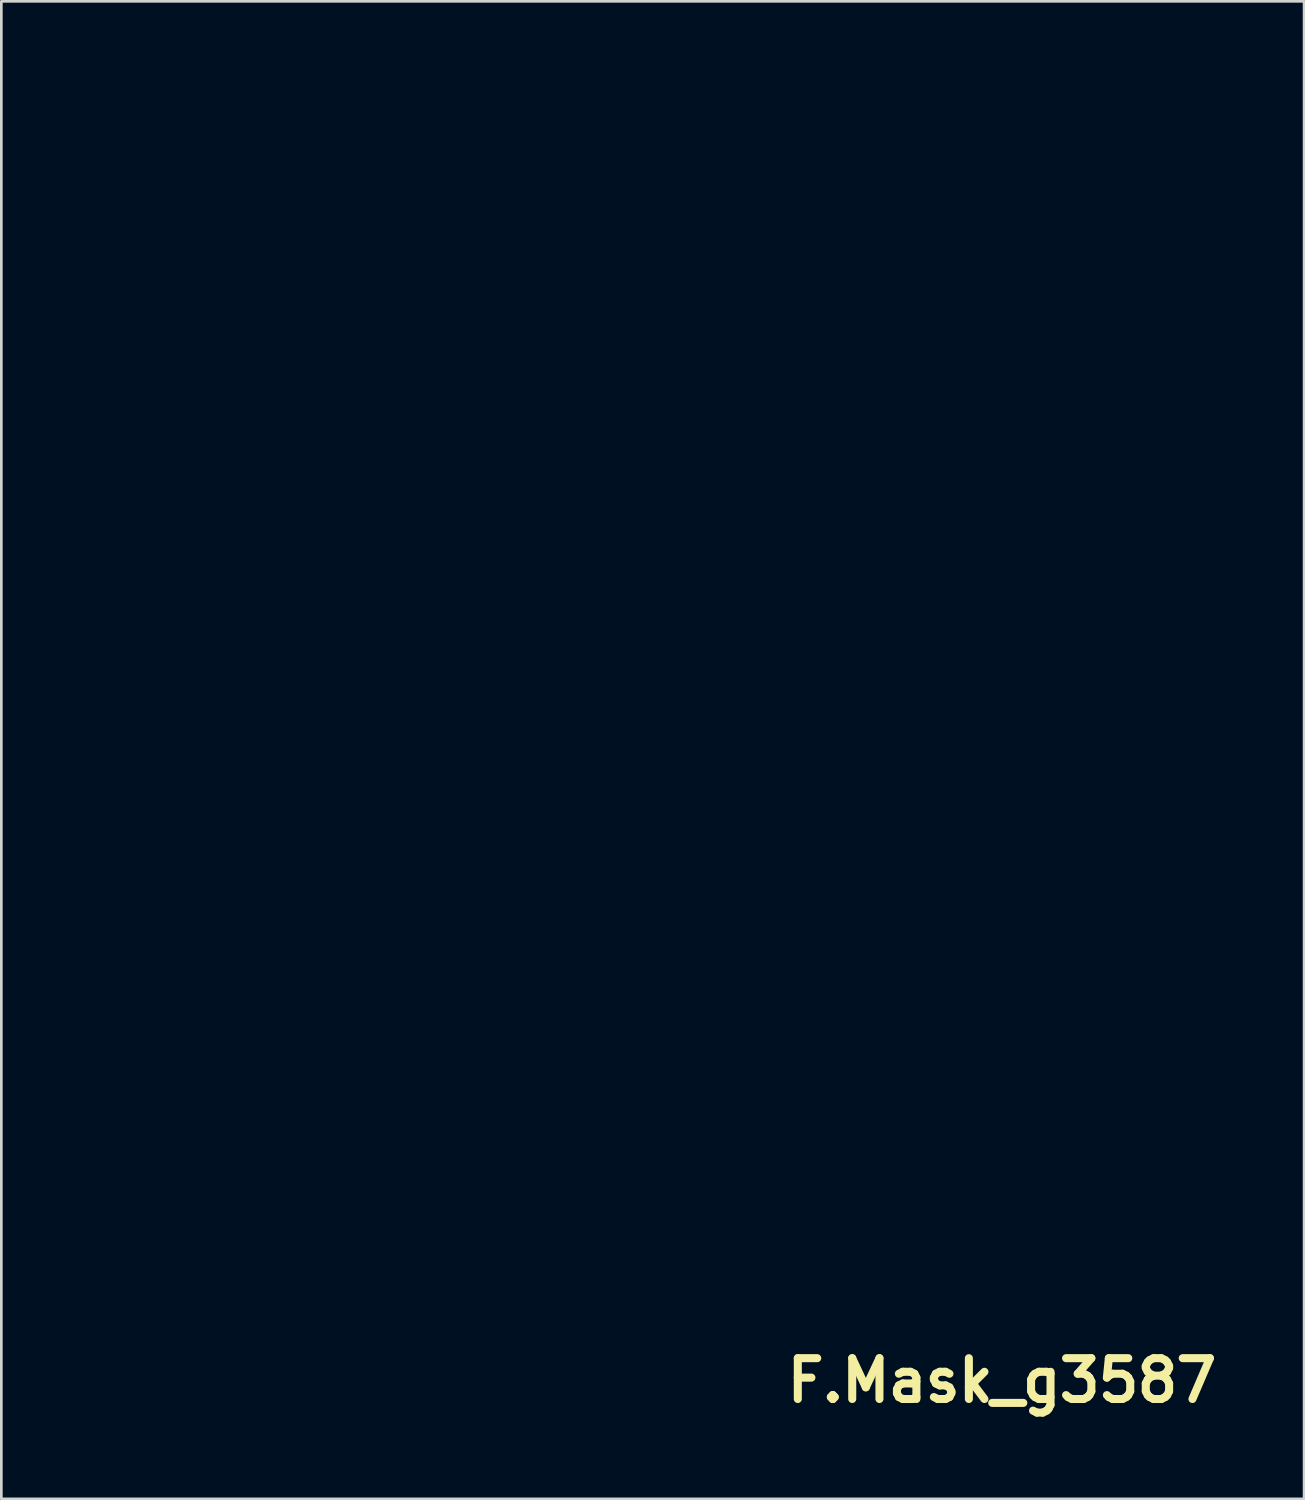
<source format=kicad_pcb>
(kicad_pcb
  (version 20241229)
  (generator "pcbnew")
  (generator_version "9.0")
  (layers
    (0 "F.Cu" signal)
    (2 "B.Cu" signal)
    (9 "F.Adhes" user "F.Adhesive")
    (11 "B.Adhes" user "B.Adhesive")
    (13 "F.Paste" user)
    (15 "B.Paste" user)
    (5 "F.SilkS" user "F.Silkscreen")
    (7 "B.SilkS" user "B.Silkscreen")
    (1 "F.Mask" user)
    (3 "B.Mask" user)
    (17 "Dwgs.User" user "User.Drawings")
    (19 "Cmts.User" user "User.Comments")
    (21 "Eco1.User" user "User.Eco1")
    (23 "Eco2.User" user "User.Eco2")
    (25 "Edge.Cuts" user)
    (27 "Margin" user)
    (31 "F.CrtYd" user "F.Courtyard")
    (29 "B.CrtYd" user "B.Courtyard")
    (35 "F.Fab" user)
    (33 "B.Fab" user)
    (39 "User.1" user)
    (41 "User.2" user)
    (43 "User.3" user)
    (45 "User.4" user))
  (footprint "F.Mask_g3587"
    (layer "F.Cu")
    (at 34.353 48.487)
    (property "Reference" "F.Mask_g3587" (at 0 0 0) (layer "F.SilkS") (effects (font (size 1.524 1.524) (thickness 0.3))))
    (attr through_hole)
    (fp_poly (pts (xy -25.165 -48.48) (xy -25.093 -48.473) (xy -25.033 -48.458) (xy -24.966 -48.43) (xy -24.933 -48.414) (xy -24.774 -48.313) (xy -24.639 -48.18) (xy -24.531 -48.019) (xy -24.454 -47.833) (xy -24.44 -47.784) (xy -24.413 -47.694) (xy -24.385 -47.639) (xy -24.347 -47.615) (xy -24.29 -47.616) (xy -24.208 -47.635) (xy -24.025 -47.666) (xy -23.838 -47.663) (xy -23.66 -47.627) (xy -23.549 -47.583) (xy -23.434 -47.514) (xy -23.306 -47.411) (xy -23.169 -47.279) (xy -23.027 -47.123) (xy -22.886 -46.947) (xy -22.749 -46.758) (xy -22.703 -46.688) (xy -22.601 -46.518) (xy -22.516 -46.349) (xy -22.453 -46.189) (xy -22.412 -46.044) (xy -22.397 -45.921) (xy -22.399 -45.873) (xy -22.4 -45.824) (xy -22.382 -45.801) (xy -22.353 -45.793) (xy -22.229 -45.764) (xy -22.101 -45.726) (xy -21.983 -45.684) (xy -21.889 -45.642) (xy -21.872 -45.633) (xy -21.723 -45.524) (xy -21.591 -45.378) (xy -21.48 -45.198) (xy -21.39 -44.988) (xy -21.347 -44.846) (xy -21.32 -44.729) (xy -21.293 -44.582) (xy -21.266 -44.413) (xy -21.241 -44.234) (xy -21.219 -44.056) (xy -21.202 -43.889) (xy -21.191 -43.744) (xy -21.188 -43.656) (xy -21.168 -43.646) (xy -21.113 -43.638) (xy -21.032 -43.634) (xy -21.003 -43.634) (xy -20.781 -43.613) (xy -20.578 -43.555) (xy -20.394 -43.46) (xy -20.231 -43.33) (xy -20.09 -43.164) (xy -19.97 -42.963) (xy -19.872 -42.73) (xy -19.797 -42.463) (xy -19.757 -42.246) (xy -19.74 -42.109) (xy -19.732 -41.979) (xy -19.731 -41.839) (xy -19.736 -41.708) (xy -19.741 -41.559) (xy -19.74 -41.447) (xy -19.732 -41.371) (xy -19.725 -41.34) (xy -19.7 -41.269) (xy -19.507 -41.282) (xy -19.409 -41.287) (xy -19.339 -41.286) (xy -19.281 -41.276) (xy -19.223 -41.257) (xy -19.196 -41.247) (xy -19.007 -41.147) (xy -18.833 -41.011) (xy -18.679 -40.846) (xy -18.553 -40.657) (xy -18.542 -40.636) (xy -18.454 -40.441) (xy -18.38 -40.214) (xy -18.32 -39.966) (xy -18.278 -39.706) (xy -18.253 -39.444) (xy -18.247 -39.188) (xy -18.263 -38.949) (xy -18.276 -38.851) (xy -18.288 -38.771) (xy -18.296 -38.708) (xy -18.298 -38.673) (xy -18.297 -38.67) (xy -18.274 -38.66) (xy -18.221 -38.647) (xy -18.148 -38.632) (xy -18.139 -38.631) (xy -17.939 -38.574) (xy -17.753 -38.479) (xy -17.584 -38.351) (xy -17.437 -38.192) (xy -17.315 -38.006) (xy -17.22 -37.796) (xy -17.186 -37.686) (xy -17.15 -37.52) (xy -17.135 -37.352) (xy -17.142 -37.174) (xy -17.172 -36.978) (xy -17.223 -36.757) (xy -17.242 -36.69) (xy -17.242 -36.663) (xy -17.224 -36.632) (xy -17.182 -36.591) (xy -17.11 -36.533) (xy -17.108 -36.531) (xy -16.951 -36.395) (xy -16.826 -36.257) (xy -16.728 -36.106) (xy -16.648 -35.932) (xy -16.63 -35.884) (xy -16.565 -35.647) (xy -16.539 -35.405) (xy -16.552 -35.155) (xy -16.601 -34.907) (xy -16.647 -34.73) (xy -16.562 -34.664) (xy -16.319 -34.449) (xy -16.114 -34.217) (xy -15.946 -33.966) (xy -15.813 -33.693) (xy -15.715 -33.397) (xy -15.652 -33.078) (xy -15.638 -32.965) (xy -15.627 -32.673) (xy -15.65 -32.369) (xy -15.708 -32.06) (xy -15.715 -32.029) (xy -15.77 -31.814) (xy -15.652 -31.516) (xy -15.543 -31.214) (xy -15.466 -30.934) (xy -15.419 -30.671) (xy -15.403 -30.419) (xy -15.412 -30.205) (xy -15.43 -30.006) (xy -15.441 -29.84) (xy -15.446 -29.695) (xy -15.442 -29.562) (xy -15.431 -29.43) (xy -15.41 -29.289) (xy -15.38 -29.13) (xy -15.34 -28.943) (xy -15.331 -28.903) (xy -15.284 -28.662) (xy -15.258 -28.452) (xy -15.254 -28.267) (xy -15.271 -28.102) (xy -15.31 -27.951) (xy -15.371 -27.809) (xy -15.382 -27.788) (xy -15.435 -27.689) (xy -15.307 -27.537) (xy -15.15 -27.322) (xy -15.035 -27.099) (xy -14.959 -26.863) (xy -14.921 -26.611) (xy -14.916 -26.49) (xy -14.933 -26.242) (xy -14.987 -26.009) (xy -15.079 -25.785) (xy -15.212 -25.569) (xy -15.315 -25.436) (xy -15.384 -25.35) (xy -15.424 -25.29) (xy -15.437 -25.255) (xy -15.434 -25.245) (xy -15.38 -25.168) (xy -15.32 -25.06) (xy -15.257 -24.932) (xy -15.197 -24.793) (xy -15.142 -24.652) (xy -15.099 -24.521) (xy -15.088 -24.482) (xy -15.056 -24.312) (xy -15.041 -24.123) (xy -15.043 -23.931) (xy -15.063 -23.751) (xy -15.088 -23.637) (xy -15.183 -23.379) (xy -15.318 -23.129) (xy -15.494 -22.888) (xy -15.616 -22.751) (xy -15.773 -22.587) (xy -15.73 -22.473) (xy -15.673 -22.28) (xy -15.635 -22.07) (xy -15.621 -21.862) (xy -15.621 -21.85) (xy -15.637 -21.612) (xy -15.686 -21.393) (xy -15.77 -21.187) (xy -15.892 -20.988) (xy -16.053 -20.792) (xy -16.058 -20.786) (xy -16.107 -20.734) (xy -16.14 -20.694) (xy -16.158 -20.658) (xy -16.164 -20.616) (xy -16.159 -20.559) (xy -16.143 -20.479) (xy -16.118 -20.366) (xy -16.117 -20.362) (xy -16.088 -20.164) (xy -16.08 -19.94) (xy -16.092 -19.704) (xy -16.123 -19.467) (xy -16.174 -19.24) (xy -16.188 -19.19) (xy -16.207 -19.124) (xy -16.214 -19.077) (xy -16.21 -19.031) (xy -16.194 -18.971) (xy -16.176 -18.917) (xy -16.136 -18.755) (xy -16.114 -18.574) (xy -16.113 -18.392) (xy -16.128 -18.255) (xy -16.148 -18.154) (xy -16.174 -18.053) (xy -16.21 -17.946) (xy -16.256 -17.826) (xy -16.316 -17.687) (xy -16.391 -17.524) (xy -16.484 -17.331) (xy -16.498 -17.304) (xy -16.569 -17.159) (xy -16.639 -17.017) (xy -16.704 -16.884) (xy -16.76 -16.768) (xy -16.805 -16.678) (xy -16.824 -16.637) (xy -16.876 -16.539) (xy -16.937 -16.438) (xy -16.994 -16.353) (xy -17.007 -16.336) (xy -17.061 -16.274) (xy -17.126 -16.208) (xy -17.194 -16.144) (xy -17.257 -16.091) (xy -17.308 -16.055) (xy -17.334 -16.044) (xy -17.34 -16.065) (xy -17.345 -16.121) (xy -17.351 -16.208) (xy -17.357 -16.32) (xy -17.362 -16.451) (xy -17.365 -16.536) (xy -17.369 -16.684) (xy -17.375 -16.823) (xy -17.381 -16.946) (xy -17.386 -17.046) (xy -17.392 -17.115) (xy -17.394 -17.134) (xy -17.41 -17.24) (xy -17.46 -17.05) (xy -17.507 -16.884) (xy -17.565 -16.693) (xy -17.63 -16.491) (xy -17.697 -16.29) (xy -17.763 -16.105) (xy -17.823 -15.949) (xy -18.021 -15.477) (xy -18.223 -15.047) (xy -18.429 -14.658) (xy -18.639 -14.31) (xy -18.854 -14.002) (xy -19.074 -13.734) (xy -19.13 -13.672) (xy -19.274 -13.519) (xy -19.333 -13.653) (xy -19.372 -13.755) (xy -19.403 -13.86) (xy -19.426 -13.976) (xy -19.443 -14.111) (xy -19.455 -14.274) (xy -19.463 -14.436) (xy -19.468 -14.561) (xy -19.477 -14.717) (xy -19.489 -14.895) (xy -19.502 -15.083) (xy -19.516 -15.271) (xy -19.527 -15.409) (xy -19.554 -15.738) (xy -19.578 -16.046) (xy -19.598 -16.331) (xy -19.614 -16.591) (xy -19.628 -16.824) (xy -19.637 -17.026) (xy -19.642 -17.197) (xy -19.644 -17.334) (xy -19.641 -17.434) (xy -19.634 -17.495) (xy -19.629 -17.511) (xy -19.619 -17.521) (xy -19.598 -17.522) (xy -19.564 -17.513) (xy -19.51 -17.492) (xy -19.432 -17.457) (xy -19.324 -17.406) (xy -19.219 -17.354) (xy -19.096 -17.294) (xy -18.982 -17.239) (xy -18.884 -17.192) (xy -18.808 -17.156) (xy -18.762 -17.135) (xy -18.758 -17.133) (xy -18.688 -17.104) (xy -18.737 -17.172) (xy -18.767 -17.209) (xy -18.822 -17.268) (xy -18.896 -17.345) (xy -18.983 -17.433) (xy -19.067 -17.515) (xy -19.195 -17.641) (xy -19.294 -17.745) (xy -19.37 -17.831) (xy -19.427 -17.905) (xy -19.468 -17.971) (xy -19.498 -18.036) (xy -19.507 -18.06) (xy -19.531 -18.169) (xy -19.538 -18.301) (xy -19.528 -18.441) (xy -19.501 -18.573) (xy -19.498 -18.584) (xy -19.473 -18.671) (xy -19.453 -18.754) (xy -19.442 -18.807) (xy -19.414 -18.906) (xy -19.373 -18.974) (xy -19.322 -19.006) (xy -19.305 -19.007) (xy -19.27 -19.005) (xy -19.198 -19) (xy -19.098 -18.991) (xy -18.974 -18.98) (xy -18.834 -18.966) (xy -18.711 -18.955) (xy -18.492 -18.934) (xy -18.304 -18.919) (xy -18.151 -18.909) (xy -18.032 -18.903) (xy -17.951 -18.904) (xy -17.908 -18.909) (xy -17.905 -18.92) (xy -17.908 -18.923) (xy -17.938 -18.936) (xy -18 -18.962) (xy -18.089 -18.997) (xy -18.197 -19.04) (xy -18.318 -19.087) (xy -18.332 -19.092) (xy -18.559 -19.182) (xy -18.765 -19.269) (xy -18.947 -19.351) (xy -19.1 -19.426) (xy -19.218 -19.491) (xy -19.238 -19.504) (xy -19.331 -19.562) (xy -19.318 -19.735) (xy -19.31 -19.817) (xy -19.295 -19.93) (xy -19.277 -20.059) (xy -19.256 -20.193) (xy -19.246 -20.251) (xy -19.188 -20.595) (xy -19.061 -20.595) (xy -18.89 -20.589) (xy -18.692 -20.574) (xy -18.481 -20.551) (xy -18.268 -20.522) (xy -18.068 -20.488) (xy -17.893 -20.451) (xy -17.844 -20.439) (xy -17.78 -20.423) (xy -17.735 -20.414) (xy -17.722 -20.413) (xy -17.739 -20.423) (xy -17.79 -20.449) (xy -17.871 -20.49) (xy -17.976 -20.542) (xy -18.103 -20.603) (xy -18.246 -20.673) (xy -18.368 -20.732) (xy -18.523 -20.807) (xy -18.667 -20.879) (xy -18.796 -20.944) (xy -18.904 -21) (xy -18.986 -21.044) (xy -19.038 -21.075) (xy -19.055 -21.087) (xy -19.084 -21.134) (xy -19.111 -21.199) (xy -19.116 -21.216) (xy -19.126 -21.273) (xy -19.127 -21.335) (xy -19.118 -21.413) (xy -19.096 -21.512) (xy -19.062 -21.64) (xy -19.048 -21.69) (xy -18.997 -21.865) (xy -18.489 -21.866) (xy -18.251 -21.867) (xy -18.013 -21.871) (xy -17.78 -21.878) (xy -17.557 -21.886) (xy -17.349 -21.896) (xy -17.16 -21.907) (xy -16.994 -21.919) (xy -16.856 -21.933) (xy -16.751 -21.947) (xy -16.684 -21.962) (xy -16.68 -21.963) (xy -16.693 -21.973) (xy -16.741 -22) (xy -16.821 -22.042) (xy -16.929 -22.096) (xy -17.062 -22.162) (xy -17.217 -22.238) (xy -17.39 -22.322) (xy -17.579 -22.412) (xy -17.718 -22.478) (xy -17.917 -22.573) (xy -18.105 -22.663) (xy -18.279 -22.746) (xy -18.434 -22.821) (xy -18.568 -22.886) (xy -18.677 -22.939) (xy -18.756 -22.979) (xy -18.803 -23.003) (xy -18.815 -23.01) (xy -18.827 -23.029) (xy -18.834 -23.065) (xy -18.837 -23.125) (xy -18.836 -23.214) (xy -18.832 -23.324) (xy -18.817 -23.532) (xy -18.791 -23.704) (xy -18.754 -23.846) (xy -18.716 -23.939) (xy -18.68 -24.014) (xy -17.695 -24.187) (xy -17.495 -24.222) (xy -17.306 -24.255) (xy -17.133 -24.285) (xy -16.98 -24.311) (xy -16.852 -24.333) (xy -16.752 -24.349) (xy -16.686 -24.36) (xy -16.658 -24.363) (xy -16.641 -24.368) (xy -16.665 -24.381) (xy -16.711 -24.394) (xy -16.813 -24.424) (xy -16.947 -24.466) (xy -17.106 -24.519) (xy -17.283 -24.579) (xy -17.471 -24.644) (xy -17.663 -24.712) (xy -17.851 -24.78) (xy -18.029 -24.845) (xy -18.189 -24.906) (xy -18.324 -24.959) (xy -18.374 -24.979) (xy -18.587 -25.068) (xy -18.575 -25.176) (xy -18.569 -25.248) (xy -18.561 -25.345) (xy -18.553 -25.448) (xy -18.551 -25.474) (xy -18.537 -25.62) (xy -18.514 -25.783) (xy -18.486 -25.949) (xy -18.454 -26.103) (xy -18.421 -26.23) (xy -18.419 -26.235) (xy -18.381 -26.361) (xy -17.97 -26.431) (xy -17.669 -26.486) (xy -17.405 -26.542) (xy -17.173 -26.602) (xy -16.967 -26.666) (xy -16.782 -26.737) (xy -16.612 -26.816) (xy -16.505 -26.874) (xy -16.424 -26.919) (xy -16.352 -26.957) (xy -16.299 -26.983) (xy -16.288 -26.987) (xy -16.257 -27) (xy -16.239 -27.013) (xy -16.237 -27.025) (xy -16.252 -27.038) (xy -16.289 -27.052) (xy -16.348 -27.068) (xy -16.435 -27.087) (xy -16.55 -27.109) (xy -16.697 -27.136) (xy -16.879 -27.167) (xy -17.098 -27.203) (xy -17.256 -27.229) (xy -17.459 -27.262) (xy -17.65 -27.294) (xy -17.824 -27.323) (xy -17.977 -27.348) (xy -18.105 -27.37) (xy -18.205 -27.387) (xy -18.271 -27.399) (xy -18.3 -27.404) (xy -18.301 -27.405) (xy -18.313 -27.428) (xy -18.327 -27.487) (xy -18.344 -27.575) (xy -18.362 -27.684) (xy -18.379 -27.808) (xy -18.396 -27.94) (xy -18.41 -28.074) (xy -18.422 -28.202) (xy -18.43 -28.318) (xy -18.431 -28.337) (xy -18.442 -28.596) (xy -18.328 -28.646) (xy -18.272 -28.669) (xy -18.186 -28.705) (xy -18.076 -28.748) (xy -17.952 -28.797) (xy -17.821 -28.847) (xy -17.814 -28.85) (xy -17.679 -28.903) (xy -17.546 -28.955) (xy -17.424 -29.004) (xy -17.323 -29.046) (xy -17.253 -29.076) (xy -17.092 -29.148) (xy -17.23 -29.136) (xy -17.298 -29.128) (xy -17.398 -29.116) (xy -17.518 -29.101) (xy -17.648 -29.083) (xy -17.727 -29.071) (xy -17.907 -29.047) (xy -18.07 -29.026) (xy -18.213 -29.01) (xy -18.331 -28.999) (xy -18.42 -28.994) (xy -18.474 -28.995) (xy -18.49 -29) (xy -18.509 -29.047) (xy -18.529 -29.13) (xy -18.55 -29.24) (xy -18.571 -29.371) (xy -18.589 -29.515) (xy -18.596 -29.58) (xy -18.61 -29.705) (xy -18.626 -29.827) (xy -18.643 -29.935) (xy -18.658 -30.016) (xy -18.662 -30.033) (xy -18.681 -30.157) (xy -18.668 -30.259) (xy -18.623 -30.348) (xy -18.576 -30.401) (xy -18.539 -30.43) (xy -18.471 -30.476) (xy -18.378 -30.537) (xy -18.265 -30.607) (xy -18.138 -30.684) (xy -18.018 -30.755) (xy -17.888 -30.831) (xy -17.773 -30.899) (xy -17.675 -30.958) (xy -17.599 -31.004) (xy -17.551 -31.034) (xy -17.535 -31.046) (xy -17.535 -31.046) (xy -17.556 -31.041) (xy -17.61 -31.024) (xy -17.692 -30.998) (xy -17.796 -30.963) (xy -17.916 -30.922) (xy -17.935 -30.915) (xy -18.08 -30.866) (xy -18.222 -30.821) (xy -18.355 -30.782) (xy -18.472 -30.751) (xy -18.569 -30.728) (xy -18.639 -30.715) (xy -18.676 -30.715) (xy -18.68 -30.716) (xy -18.691 -30.742) (xy -18.709 -30.799) (xy -18.732 -30.878) (xy -18.757 -30.968) (xy -18.78 -31.059) (xy -18.801 -31.143) (xy -18.814 -31.209) (xy -18.815 -31.213) (xy -18.825 -31.275) (xy -18.838 -31.37) (xy -18.853 -31.487) (xy -18.868 -31.617) (xy -18.881 -31.723) (xy -18.895 -31.851) (xy -18.909 -31.967) (xy -18.921 -32.064) (xy -18.93 -32.135) (xy -18.935 -32.168) (xy -18.936 -32.188) (xy -18.93 -32.21) (xy -18.912 -32.238) (xy -18.881 -32.277) (xy -18.831 -32.329) (xy -18.761 -32.398) (xy -18.666 -32.488) (xy -18.543 -32.603) (xy -18.542 -32.604) (xy -18.434 -32.706) (xy -18.338 -32.798) (xy -18.257 -32.876) (xy -18.196 -32.937) (xy -18.158 -32.977) (xy -18.147 -32.991) (xy -18.169 -32.988) (xy -18.222 -32.97) (xy -18.299 -32.941) (xy -18.39 -32.904) (xy -18.49 -32.862) (xy -18.589 -32.818) (xy -18.636 -32.797) (xy -18.739 -32.759) (xy -18.84 -32.739) (xy -18.931 -32.738) (xy -19.004 -32.755) (xy -19.049 -32.79) (xy -19.06 -32.814) (xy -19.065 -32.846) (xy -19.076 -32.915) (xy -19.091 -33.014) (xy -19.108 -33.138) (xy -19.129 -33.281) (xy -19.151 -33.437) (xy -19.156 -33.475) (xy -19.178 -33.634) (xy -19.199 -33.782) (xy -19.218 -33.912) (xy -19.234 -34.02) (xy -19.245 -34.098) (xy -19.252 -34.142) (xy -19.253 -34.147) (xy -19.254 -34.168) (xy -19.247 -34.193) (xy -19.228 -34.226) (xy -19.193 -34.271) (xy -19.14 -34.333) (xy -19.066 -34.415) (xy -18.966 -34.522) (xy -18.931 -34.559) (xy -18.831 -34.666) (xy -18.738 -34.765) (xy -18.655 -34.854) (xy -18.589 -34.925) (xy -18.544 -34.973) (xy -18.533 -34.985) (xy -18.514 -35.007) (xy -18.51 -35.019) (xy -18.523 -35.019) (xy -18.557 -35.007) (xy -18.617 -34.98) (xy -18.706 -34.937) (xy -18.827 -34.877) (xy -18.874 -34.854) (xy -19.281 -34.651) (xy -19.322 -34.708) (xy -19.355 -34.762) (xy -19.386 -34.826) (xy -19.418 -34.909) (xy -19.452 -35.017) (xy -19.493 -35.158) (xy -19.506 -35.209) (xy -19.539 -35.321) (xy -19.573 -35.426) (xy -19.605 -35.515) (xy -19.631 -35.574) (xy -19.633 -35.579) (xy -19.664 -35.645) (xy -19.683 -35.706) (xy -19.685 -35.727) (xy -19.696 -35.782) (xy -19.723 -35.844) (xy -19.729 -35.854) (xy -19.754 -35.906) (xy -19.762 -35.948) (xy -19.761 -35.954) (xy -19.767 -35.98) (xy -19.781 -35.983) (xy -19.806 -36.001) (xy -19.812 -36.025) (xy -19.82 -36.066) (xy -19.842 -36.13) (xy -19.866 -36.189) (xy -19.898 -36.273) (xy -19.922 -36.358) (xy -19.931 -36.407) (xy -19.933 -36.44) (xy -19.932 -36.469) (xy -19.922 -36.5) (xy -19.902 -36.538) (xy -19.868 -36.589) (xy -19.817 -36.657) (xy -19.745 -36.75) (xy -19.674 -36.841) (xy -19.505 -37.059) (xy -19.363 -37.253) (xy -19.244 -37.426) (xy -19.146 -37.583) (xy -19.123 -37.622) (xy -19.063 -37.727) (xy -19.163 -37.654) (xy -19.219 -37.614) (xy -19.298 -37.555) (xy -19.39 -37.485) (xy -19.487 -37.412) (xy -19.501 -37.401) (xy -19.638 -37.296) (xy -19.748 -37.215) (xy -19.835 -37.151) (xy -19.905 -37.103) (xy -19.964 -37.066) (xy -20.016 -37.036) (xy -20.055 -37.015) (xy -20.125 -36.98) (xy -20.178 -36.958) (xy -20.219 -36.952) (xy -20.257 -36.965) (xy -20.299 -37.001) (xy -20.35 -37.062) (xy -20.419 -37.151) (xy -20.449 -37.191) (xy -20.522 -37.285) (xy -20.592 -37.37) (xy -20.651 -37.438) (xy -20.695 -37.483) (xy -20.706 -37.493) (xy -20.756 -37.541) (xy -20.809 -37.61) (xy -20.858 -37.689) (xy -20.898 -37.767) (xy -20.923 -37.834) (xy -20.926 -37.875) (xy -20.91 -37.91) (xy -20.874 -37.971) (xy -20.823 -38.054) (xy -20.761 -38.15) (xy -20.715 -38.219) (xy -20.627 -38.351) (xy -20.561 -38.451) (xy -20.516 -38.523) (xy -20.488 -38.571) (xy -20.475 -38.598) (xy -20.477 -38.608) (xy -20.478 -38.608) (xy -20.496 -38.594) (xy -20.539 -38.554) (xy -20.601 -38.494) (xy -20.678 -38.417) (xy -20.759 -38.337) (xy -20.853 -38.245) (xy -20.94 -38.164) (xy -21.015 -38.098) (xy -21.072 -38.054) (xy -21.1 -38.037) (xy -21.134 -38.025) (xy -21.165 -38.022) (xy -21.203 -38.03) (xy -21.257 -38.052) (xy -21.335 -38.089) (xy -21.375 -38.109) (xy -21.534 -38.194) (xy -21.678 -38.283) (xy -21.8 -38.371) (xy -21.891 -38.452) (xy -21.892 -38.454) (xy -21.95 -38.515) (xy -21.868 -38.726) (xy -21.837 -38.8) (xy -21.79 -38.905) (xy -21.73 -39.033) (xy -21.661 -39.178) (xy -21.587 -39.333) (xy -21.509 -39.49) (xy -21.495 -39.519) (xy -21.424 -39.662) (xy -21.361 -39.79) (xy -21.307 -39.901) (xy -21.265 -39.988) (xy -21.237 -40.049) (xy -21.225 -40.078) (xy -21.226 -40.079) (xy -21.243 -40.058) (xy -21.282 -40.006) (xy -21.34 -39.928) (xy -21.415 -39.828) (xy -21.504 -39.708) (xy -21.604 -39.573) (xy -21.712 -39.428) (xy -21.739 -39.391) (xy -21.847 -39.244) (xy -21.948 -39.107) (xy -22.039 -38.985) (xy -22.116 -38.881) (xy -22.176 -38.799) (xy -22.218 -38.743) (xy -22.238 -38.716) (xy -22.24 -38.714) (xy -22.265 -38.715) (xy -22.313 -38.738) (xy -22.375 -38.776) (xy -22.442 -38.825) (xy -22.504 -38.879) (xy -22.533 -38.907) (xy -22.63 -39.034) (xy -22.705 -39.181) (xy -22.76 -39.359) (xy -22.768 -39.391) (xy -22.784 -39.484) (xy -22.789 -39.575) (xy -22.782 -39.673) (xy -22.762 -39.787) (xy -22.728 -39.925) (xy -22.69 -40.058) (xy -22.672 -40.121) (xy -21.209 -40.121) (xy -21.198 -40.111) (xy -21.188 -40.121) (xy -21.198 -40.132) (xy -21.209 -40.121) (xy -22.672 -40.121) (xy -22.664 -40.148) (xy -22.644 -40.223) (xy -22.631 -40.274) (xy -22.628 -40.29) (xy -22.637 -40.284) (xy -22.662 -40.249) (xy -22.696 -40.196) (xy -22.746 -40.124) (xy -22.803 -40.059) (xy -22.859 -40.007) (xy -22.907 -39.976) (xy -22.94 -39.972) (xy -22.944 -39.975) (xy -22.954 -40.001) (xy -22.971 -40.063) (xy -22.993 -40.156) (xy -23.02 -40.272) (xy -23.033 -40.333) (xy -22.627 -40.333) (xy -22.617 -40.322) (xy -22.606 -40.333) (xy -22.617 -40.344) (xy -22.627 -40.333) (xy -23.033 -40.333) (xy -23.047 -40.397) (xy -22.606 -40.397) (xy -22.595 -40.386) (xy -22.585 -40.397) (xy -22.595 -40.407) (xy -22.606 -40.397) (xy -23.047 -40.397) (xy -23.049 -40.407) (xy -23.08 -40.554) (xy -23.112 -40.708) (xy -23.143 -40.862) (xy -23.172 -41.012) (xy -23.197 -41.151) (xy -23.211 -41.229) (xy -23.23 -41.346) (xy -23.246 -41.449) (xy -23.259 -41.542) (xy -23.267 -41.631) (xy -23.272 -41.72) (xy -23.273 -41.815) (xy -23.27 -41.92) (xy -23.263 -42.041) (xy -23.251 -42.182) (xy -23.235 -42.348) (xy -23.215 -42.544) (xy -23.19 -42.776) (xy -23.179 -42.874) (xy -23.158 -43.075) (xy -23.137 -43.265) (xy -23.119 -43.439) (xy -23.103 -43.592) (xy -23.09 -43.72) (xy -23.08 -43.819) (xy -23.074 -43.884) (xy -23.073 -43.911) (xy -23.079 -43.932) (xy -23.094 -43.916) (xy -23.116 -43.869) (xy -23.144 -43.793) (xy -23.175 -43.694) (xy -23.19 -43.642) (xy -23.24 -43.466) (xy -23.283 -43.325) (xy -23.321 -43.213) (xy -23.356 -43.125) (xy -23.391 -43.054) (xy -23.429 -42.996) (xy -23.464 -42.95) (xy -23.52 -42.884) (xy -23.629 -43.004) (xy -23.681 -43.064) (xy -23.72 -43.114) (xy -23.738 -43.144) (xy -23.738 -43.146) (xy -23.748 -43.177) (xy -23.751 -43.18) (xy -23.765 -43.204) (xy -23.791 -43.254) (xy -23.818 -43.311) (xy -23.856 -43.385) (xy -23.911 -43.475) (xy -23.973 -43.567) (xy -23.993 -43.595) (xy -24.057 -43.681) (xy -24.107 -43.752) (xy -24.145 -43.815) (xy -24.173 -43.877) (xy -24.192 -43.943) (xy -24.199 -43.984) (xy -23.072 -43.984) (xy -23.064 -43.967) (xy -23.058 -43.97) (xy -23.055 -43.995) (xy -23.058 -43.998) (xy -23.07 -43.996) (xy -23.072 -43.984) (xy -24.199 -43.984) (xy -24.205 -44.022) (xy -24.212 -44.118) (xy -24.215 -44.24) (xy -24.216 -44.393) (xy -24.217 -44.506) (xy -24.219 -45.053) (xy -24.258 -44.831) (xy -24.289 -44.656) (xy -24.316 -44.517) (xy -24.339 -44.41) (xy -24.36 -44.329) (xy -24.38 -44.27) (xy -24.4 -44.226) (xy -24.423 -44.193) (xy -24.429 -44.186) (xy -24.486 -44.122) (xy -24.747 -44.208) (xy -24.861 -44.247) (xy -24.941 -44.278) (xy -24.992 -44.304) (xy -25.023 -44.328) (xy -25.035 -44.346) (xy -25.061 -44.397) (xy -25.074 -44.35) (xy -25.08 -44.332) (xy -25.092 -44.32) (xy -25.115 -44.312) (xy -25.155 -44.307) (xy -25.221 -44.306) (xy -25.316 -44.306) (xy -25.429 -44.308) (xy -25.771 -44.312) (xy -25.911 -44.244) (xy -26.006 -44.201) (xy -26.075 -44.18) (xy -26.128 -44.183) (xy -26.173 -44.208) (xy -26.201 -44.233) (xy -26.227 -44.267) (xy -26.251 -44.316) (xy -26.277 -44.388) (xy -26.306 -44.488) (xy -26.331 -44.588) (xy -26.357 -44.689) (xy -26.38 -44.771) (xy -26.398 -44.827) (xy -26.409 -44.851) (xy -26.411 -44.85) (xy -26.411 -44.818) (xy -26.406 -44.752) (xy -26.396 -44.661) (xy -26.384 -44.551) (xy -26.375 -44.48) (xy -26.332 -44.145) (xy -26.388 -44.086) (xy -26.437 -44.047) (xy -26.484 -44.027) (xy -26.491 -44.027) (xy -26.541 -44.013) (xy -26.564 -43.995) (xy -26.604 -43.971) (xy -26.646 -43.963) (xy -26.692 -43.957) (xy -26.748 -43.936) (xy -26.819 -43.897) (xy -26.913 -43.836) (xy -26.986 -43.786) (xy -27.073 -43.728) (xy -27.143 -43.694) (xy -27.206 -43.677) (xy -27.235 -43.673) (xy -27.337 -43.665) (xy -27.686 -44.144) (xy -27.777 -44.269) (xy -27.861 -44.382) (xy -27.933 -44.48) (xy -27.991 -44.557) (xy -28.031 -44.609) (xy -28.05 -44.632) (xy -28.051 -44.633) (xy -28.055 -44.635) (xy -28.057 -44.632) (xy -28.054 -44.621) (xy -28.045 -44.598) (xy -28.029 -44.559) (xy -28.005 -44.501) (xy -27.969 -44.421) (xy -27.923 -44.315) (xy -27.862 -44.179) (xy -27.787 -44.009) (xy -27.74 -43.904) (xy -27.662 -43.727) (xy -27.601 -43.585) (xy -27.557 -43.475) (xy -27.527 -43.394) (xy -27.51 -43.339) (xy -27.507 -43.306) (xy -27.507 -43.301) (xy -27.52 -43.266) (xy -27.545 -43.199) (xy -27.58 -43.109) (xy -27.622 -43.004) (xy -27.645 -42.945) (xy -27.721 -42.746) (xy -27.778 -42.581) (xy -27.815 -42.451) (xy -27.833 -42.353) (xy -27.834 -42.32) (xy -27.841 -42.264) (xy -27.854 -42.23) (xy -27.882 -42.221) (xy -27.936 -42.246) (xy -28.013 -42.304) (xy -28.114 -42.395) (xy -28.238 -42.519) (xy -28.384 -42.675) (xy -28.521 -42.825) (xy -28.587 -42.898) (xy -28.644 -42.957) (xy -28.685 -42.997) (xy -28.704 -43.011) (xy -28.697 -42.994) (xy -28.669 -42.946) (xy -28.622 -42.87) (xy -28.56 -42.772) (xy -28.485 -42.655) (xy -28.399 -42.523) (xy -28.331 -42.419) (xy -27.94 -41.827) (xy -27.94 -41.138) (xy -27.941 -40.965) (xy -27.942 -40.809) (xy -27.945 -40.676) (xy -27.948 -40.57) (xy -27.952 -40.494) (xy -27.957 -40.455) (xy -27.959 -40.45) (xy -27.986 -40.462) (xy -28.04 -40.496) (xy -28.112 -40.546) (xy -28.195 -40.606) (xy -28.282 -40.672) (xy -28.367 -40.739) (xy -28.441 -40.801) (xy -28.448 -40.807) (xy -28.508 -40.861) (xy -28.591 -40.938) (xy -28.689 -41.029) (xy -28.792 -41.127) (xy -28.874 -41.206) (xy -28.965 -41.294) (xy -29.046 -41.37) (xy -29.111 -41.431) (xy -29.157 -41.471) (xy -29.177 -41.487) (xy -29.177 -41.487) (xy -29.171 -41.471) (xy -29.146 -41.428) (xy -29.105 -41.365) (xy -29.075 -41.323) (xy -28.908 -41.082) (xy -28.74 -40.84) (xy -28.573 -40.599) (xy -28.408 -40.361) (xy -28.248 -40.13) (xy -28.095 -39.907) (xy -27.949 -39.695) (xy -27.814 -39.497) (xy -27.69 -39.316) (xy -27.579 -39.154) (xy -27.484 -39.013) (xy -27.406 -38.897) (xy -27.347 -38.808) (xy -27.308 -38.748) (xy -27.292 -38.721) (xy -27.259 -38.614) (xy -27.247 -38.505) (xy -27.256 -38.407) (xy -27.275 -38.352) (xy -27.3 -38.302) (xy -27.314 -38.268) (xy -27.315 -38.264) (xy -27.328 -38.242) (xy -27.364 -38.196) (xy -27.416 -38.132) (xy -27.472 -38.067) (xy -27.547 -37.983) (xy -27.603 -37.929) (xy -27.636 -37.908) (xy -27.644 -37.91) (xy -27.668 -37.924) (xy -27.703 -37.912) (xy -27.728 -37.899) (xy -27.753 -37.891) (xy -27.781 -37.89) (xy -27.814 -37.895) (xy -27.856 -37.911) (xy -27.909 -37.938) (xy -27.978 -37.977) (xy -28.063 -38.031) (xy -28.169 -38.101) (xy -28.299 -38.19) (xy -28.454 -38.298) (xy -28.639 -38.427) (xy -28.811 -38.547) (xy -28.986 -38.67) (xy -29.149 -38.784) (xy -29.298 -38.886) (xy -29.429 -38.977) (xy -29.539 -39.052) (xy -29.625 -39.11) (xy -29.685 -39.149) (xy -29.714 -39.166) (xy -29.716 -39.166) (xy -29.582 -39.008) (xy -29.469 -38.875) (xy -29.37 -38.76) (xy -29.278 -38.655) (xy -29.188 -38.554) (xy -29.093 -38.449) (xy -29.006 -38.354) (xy -28.852 -38.184) (xy -28.716 -38.03) (xy -28.599 -37.895) (xy -28.504 -37.782) (xy -28.434 -37.693) (xy -28.391 -37.631) (xy -28.389 -37.629) (xy -28.359 -37.589) (xy -28.333 -37.571) (xy -28.332 -37.571) (xy -28.306 -37.582) (xy -28.252 -37.61) (xy -28.182 -37.651) (xy -28.141 -37.676) (xy -28.067 -37.72) (xy -28.008 -37.753) (xy -27.971 -37.77) (xy -27.964 -37.771) (xy -27.968 -37.759) (xy -27.991 -37.729) (xy -28.033 -37.679) (xy -28.097 -37.606) (xy -28.186 -37.509) (xy -28.3 -37.384) (xy -28.368 -37.31) (xy -28.422 -37.255) (xy -28.464 -37.217) (xy -28.487 -37.204) (xy -28.49 -37.207) (xy -28.503 -37.214) (xy -28.537 -37.194) (xy -28.588 -37.151) (xy -28.651 -37.091) (xy -28.721 -37.018) (xy -28.792 -36.938) (xy -28.86 -36.856) (xy -28.92 -36.778) (xy -28.967 -36.707) (xy -28.971 -36.701) (xy -29.003 -36.659) (xy -29.032 -36.64) (xy -29.035 -36.639) (xy -29.06 -36.626) (xy -29.062 -36.618) (xy -29.07 -36.604) (xy -29.095 -36.601) (xy -29.14 -36.609) (xy -29.207 -36.629) (xy -29.297 -36.663) (xy -29.413 -36.711) (xy -29.556 -36.773) (xy -29.73 -36.852) (xy -29.935 -36.947) (xy -30.174 -37.059) (xy -30.427 -37.18) (xy -30.579 -37.252) (xy -30.693 -37.305) (xy -30.771 -37.337) (xy -30.813 -37.348) (xy -30.821 -37.335) (xy -30.794 -37.299) (xy -30.735 -37.236) (xy -30.645 -37.147) (xy -30.53 -37.036) (xy -30.4 -36.911) (xy -30.253 -36.769) (xy -30.101 -36.623) (xy -29.956 -36.484) (xy -29.831 -36.364) (xy -29.488 -36.036) (xy -29.487 -35.867) (xy -29.493 -35.747) (xy -29.512 -35.621) (xy -29.548 -35.472) (xy -29.55 -35.465) (xy -29.582 -35.347) (xy -29.615 -35.221) (xy -29.645 -35.106) (xy -29.659 -35.052) (xy -29.679 -34.971) (xy -29.696 -34.907) (xy -29.706 -34.871) (xy -29.708 -34.866) (xy -29.731 -34.868) (xy -29.787 -34.885) (xy -29.871 -34.915) (xy -29.978 -34.956) (xy -30.102 -35.005) (xy -30.238 -35.062) (xy -30.382 -35.123) (xy -30.526 -35.186) (xy -30.602 -35.22) (xy -30.733 -35.28) (xy -30.851 -35.332) (xy -30.95 -35.376) (xy -31.026 -35.409) (xy -31.073 -35.429) (xy -31.086 -35.433) (xy -31.084 -35.419) (xy -31.049 -35.379) (xy -30.983 -35.311) (xy -30.885 -35.217) (xy -30.756 -35.097) (xy -30.596 -34.951) (xy -30.427 -34.798) (xy -30.278 -34.665) (xy -30.158 -34.557) (xy -30.062 -34.471) (xy -29.99 -34.402) (xy -29.937 -34.348) (xy -29.902 -34.305) (xy -29.88 -34.27) (xy -29.871 -34.238) (xy -29.87 -34.206) (xy -29.875 -34.172) (xy -29.883 -34.13) (xy -29.887 -34.105) (xy -29.922 -33.911) (xy -29.957 -33.747) (xy -29.992 -33.616) (xy -30.026 -33.52) (xy -30.059 -33.462) (xy -30.087 -33.443) (xy -30.112 -33.452) (xy -30.171 -33.475) (xy -30.258 -33.512) (xy -30.369 -33.56) (xy -30.498 -33.617) (xy -30.64 -33.68) (xy -30.683 -33.699) (xy -30.831 -33.765) (xy -30.97 -33.827) (xy -31.094 -33.883) (xy -31.198 -33.928) (xy -31.276 -33.962) (xy -31.321 -33.982) (xy -31.327 -33.984) (xy -31.401 -34.014) (xy -31.345 -33.967) (xy -31.218 -33.861) (xy -31.064 -33.737) (xy -30.893 -33.603) (xy -30.712 -33.465) (xy -30.53 -33.33) (xy -30.526 -33.327) (xy -30.18 -33.073) (xy -30.192 -32.925) (xy -30.203 -32.823) (xy -30.221 -32.688) (xy -30.247 -32.528) (xy -30.277 -32.351) (xy -30.31 -32.166) (xy -30.346 -31.981) (xy -30.382 -31.804) (xy -30.413 -31.665) (xy -30.492 -31.316) (xy -30.587 -31.323) (xy -30.668 -31.335) (xy -30.786 -31.36) (xy -30.936 -31.397) (xy -31.114 -31.446) (xy -31.315 -31.505) (xy -31.496 -31.56) (xy -31.653 -31.608) (xy -31.8 -31.65) (xy -31.931 -31.686) (xy -32.04 -31.715) (xy -32.123 -31.734) (xy -32.175 -31.742) (xy -32.19 -31.741) (xy -32.176 -31.726) (xy -32.127 -31.693) (xy -32.043 -31.642) (xy -31.927 -31.574) (xy -31.78 -31.491) (xy -31.604 -31.393) (xy -31.4 -31.282) (xy -31.321 -31.238) (xy -31.179 -31.161) (xy -31.043 -31.087) (xy -30.918 -31.017) (xy -30.812 -30.958) (xy -30.731 -30.912) (xy -30.686 -30.885) (xy -30.554 -30.805) (xy -30.548 -30.448) (xy -30.548 -30.288) (xy -30.554 -30.136) (xy -30.564 -29.998) (xy -30.577 -29.879) (xy -30.594 -29.788) (xy -30.613 -29.729) (xy -30.623 -29.715) (xy -30.669 -29.693) (xy -30.752 -29.683) (xy -30.865 -29.682) (xy -31.005 -29.692) (xy -31.165 -29.712) (xy -31.245 -29.725) (xy -31.389 -29.748) (xy -31.549 -29.772) (xy -31.706 -29.795) (xy -31.842 -29.812) (xy -31.856 -29.814) (xy -31.977 -29.829) (xy -32.099 -29.844) (xy -32.206 -29.857) (xy -32.286 -29.867) (xy -32.288 -29.868) (xy -32.361 -29.877) (xy -32.416 -29.881) (xy -32.44 -29.881) (xy -32.441 -29.881) (xy -32.423 -29.872) (xy -32.371 -29.848) (xy -32.288 -29.811) (xy -32.179 -29.764) (xy -32.047 -29.707) (xy -31.897 -29.643) (xy -31.733 -29.573) (xy -31.701 -29.56) (xy -31.528 -29.486) (xy -31.36 -29.415) (xy -31.204 -29.349) (xy -31.066 -29.289) (xy -30.949 -29.24) (xy -30.861 -29.201) (xy -30.807 -29.177) (xy -30.806 -29.177) (xy -30.656 -29.11) (xy -30.63 -28.976) (xy -30.624 -28.927) (xy -30.618 -28.847) (xy -30.614 -28.743) (xy -30.61 -28.624) (xy -30.607 -28.495) (xy -30.605 -28.364) (xy -30.604 -28.238) (xy -30.604 -28.124) (xy -30.606 -28.03) (xy -30.609 -27.962) (xy -30.613 -27.928) (xy -30.615 -27.925) (xy -30.64 -27.914) (xy -30.691 -27.905) (xy -30.772 -27.897) (xy -30.882 -27.892) (xy -31.026 -27.888) (xy -31.204 -27.887) (xy -31.42 -27.887) (xy -31.674 -27.889) (xy -31.873 -27.891) (xy -32.075 -27.893) (xy -32.263 -27.895) (xy -32.432 -27.896) (xy -32.58 -27.897) (xy -32.702 -27.896) (xy -32.794 -27.896) (xy -32.852 -27.894) (xy -32.872 -27.892) (xy -32.872 -27.892) (xy -32.849 -27.881) (xy -32.792 -27.856) (xy -32.707 -27.82) (xy -32.599 -27.776) (xy -32.474 -27.725) (xy -32.337 -27.67) (xy -32.195 -27.613) (xy -32.051 -27.556) (xy -31.913 -27.502) (xy -31.785 -27.452) (xy -31.674 -27.409) (xy -31.584 -27.375) (xy -31.521 -27.352) (xy -31.507 -27.347) (xy -31.342 -27.29) (xy -31.175 -27.226) (xy -31.019 -27.16) (xy -30.884 -27.097) (xy -30.795 -27.05) (xy -30.723 -27.006) (xy -30.679 -26.972) (xy -30.653 -26.938) (xy -30.638 -26.894) (xy -30.63 -26.86) (xy -30.622 -26.803) (xy -30.616 -26.713) (xy -30.611 -26.6) (xy -30.608 -26.474) (xy -30.607 -26.376) (xy -30.607 -26) (xy -30.983 -25.912) (xy -31.127 -25.878) (xy -31.298 -25.84) (xy -31.482 -25.799) (xy -31.663 -25.76) (xy -31.812 -25.728) (xy -32.021 -25.683) (xy -32.21 -25.64) (xy -32.377 -25.601) (xy -32.517 -25.565) (xy -32.627 -25.535) (xy -32.705 -25.51) (xy -32.748 -25.491) (xy -32.754 -25.482) (xy -32.725 -25.465) (xy -32.713 -25.463) (xy -32.686 -25.457) (xy -32.624 -25.439) (xy -32.533 -25.41) (xy -32.418 -25.373) (xy -32.285 -25.329) (xy -32.139 -25.28) (xy -32.116 -25.273) (xy -31.878 -25.193) (xy -31.674 -25.127) (xy -31.497 -25.071) (xy -31.342 -25.025) (xy -31.202 -24.987) (xy -31.072 -24.955) (xy -30.945 -24.928) (xy -30.815 -24.903) (xy -30.686 -24.882) (xy -30.606 -24.869) (xy -30.612 -24.368) (xy -30.618 -23.866) (xy -31.348 -23.544) (xy -31.513 -23.471) (xy -31.666 -23.403) (xy -31.802 -23.342) (xy -31.918 -23.291) (xy -32.009 -23.25) (xy -32.071 -23.223) (xy -32.098 -23.21) (xy -32.099 -23.21) (xy -32.099 -23.203) (xy -32.063 -23.202) (xy -31.999 -23.207) (xy -31.913 -23.216) (xy -31.811 -23.229) (xy -31.702 -23.246) (xy -31.59 -23.265) (xy -31.538 -23.274) (xy -31.303 -23.313) (xy -31.093 -23.336) (xy -30.914 -23.343) (xy -30.768 -23.334) (xy -30.726 -23.326) (xy -30.601 -23.3) (xy -30.614 -22.98) (xy -30.625 -22.798) (xy -30.64 -22.64) (xy -30.659 -22.511) (xy -30.681 -22.415) (xy -30.705 -22.356) (xy -30.715 -22.343) (xy -30.792 -22.276) (xy -30.901 -22.187) (xy -31.04 -22.077) (xy -31.206 -21.948) (xy -31.397 -21.802) (xy -31.611 -21.642) (xy -31.665 -21.601) (xy -31.902 -21.423) (xy -32.104 -21.27) (xy -32.273 -21.141) (xy -32.409 -21.035) (xy -32.512 -20.951) (xy -32.582 -20.891) (xy -32.622 -20.852) (xy -32.629 -20.836) (xy -32.614 -20.838) (xy -32.582 -20.848) (xy -32.517 -20.869) (xy -32.425 -20.897) (xy -32.311 -20.933) (xy -32.183 -20.972) (xy -32.046 -21.014) (xy -31.908 -21.056) (xy -31.775 -21.097) (xy -31.653 -21.134) (xy -31.549 -21.166) (xy -31.47 -21.19) (xy -31.464 -21.192) (xy -31.378 -21.216) (xy -31.274 -21.245) (xy -31.16 -21.275) (xy -31.043 -21.304) (xy -30.933 -21.331) (xy -30.838 -21.354) (xy -30.764 -21.37) (xy -30.722 -21.378) (xy -30.717 -21.378) (xy -30.698 -21.36) (xy -30.672 -21.315) (xy -30.655 -21.277) (xy -30.641 -21.24) (xy -30.631 -21.203) (xy -30.624 -21.158) (xy -30.621 -21.1) (xy -30.621 -21.021) (xy -30.623 -20.914) (xy -30.628 -20.773) (xy -30.629 -20.754) (xy -30.635 -20.62) (xy -30.642 -20.498) (xy -30.65 -20.396) (xy -30.658 -20.319) (xy -30.666 -20.276) (xy -30.667 -20.274) (xy -30.695 -20.233) (xy -30.747 -20.18) (xy -30.812 -20.127) (xy -30.882 -20.075) (xy -30.967 -20.01) (xy -31.059 -19.937) (xy -31.154 -19.862) (xy -31.245 -19.789) (xy -31.326 -19.723) (xy -31.39 -19.669) (xy -31.432 -19.633) (xy -31.444 -19.62) (xy -31.435 -19.614) (xy -31.39 -19.627) (xy -31.309 -19.659) (xy -31.191 -19.71) (xy -31.041 -19.777) (xy -30.944 -19.819) (xy -30.852 -19.856) (xy -30.777 -19.883) (xy -30.742 -19.893) (xy -30.654 -19.912) (xy -30.577 -19.783) (xy -30.502 -19.639) (xy -30.45 -19.494) (xy -30.418 -19.335) (xy -30.401 -19.149) (xy -30.401 -19.135) (xy -30.399 -19.015) (xy -30.401 -18.893) (xy -30.409 -18.785) (xy -30.415 -18.735) (xy -30.432 -18.65) (xy -30.458 -18.572) (xy -30.498 -18.493) (xy -30.555 -18.406) (xy -30.635 -18.302) (xy -30.714 -18.205) (xy -30.769 -18.138) (xy -30.81 -18.084) (xy -30.833 -18.051) (xy -30.835 -18.044) (xy -30.814 -18.047) (xy -30.765 -18.066) (xy -30.717 -18.087) (xy -30.59 -18.136) (xy -30.481 -18.157) (xy -30.394 -18.151) (xy -30.333 -18.119) (xy -30.308 -18.08) (xy -30.254 -17.913) (xy -30.205 -17.711) (xy -30.162 -17.48) (xy -30.142 -17.346) (xy -30.124 -17.215) (xy -30.104 -17.083) (xy -30.085 -16.963) (xy -30.069 -16.868) (xy -30.064 -16.84) (xy -30.048 -16.756) (xy -30.041 -16.704) (xy -30.044 -16.673) (xy -30.057 -16.654) (xy -30.075 -16.639) (xy -30.096 -16.621) (xy -30.107 -16.599) (xy -30.109 -16.565) (xy -30.102 -16.507) (xy -30.089 -16.425) (xy -30.081 -16.359) (xy -30.073 -16.258) (xy -30.064 -16.127) (xy -30.055 -15.974) (xy -30.047 -15.805) (xy -30.04 -15.627) (xy -30.037 -15.536) (xy -30.029 -15.32) (xy -30.018 -15.09) (xy -30.005 -14.856) (xy -29.991 -14.631) (xy -29.976 -14.427) (xy -29.963 -14.279) (xy -29.946 -14.098) (xy -29.935 -13.954) (xy -29.927 -13.84) (xy -29.924 -13.753) (xy -29.925 -13.686) (xy -29.93 -13.633) (xy -29.933 -13.613) (xy -29.952 -13.536) (xy -29.978 -13.459) (xy -30.007 -13.393) (xy -30.034 -13.349) (xy -30.052 -13.336) (xy -30.07 -13.352) (xy -30.108 -13.396) (xy -30.162 -13.461) (xy -30.227 -13.542) (xy -30.256 -13.578) (xy -30.625 -14.084) (xy -30.956 -14.607) (xy -31.248 -15.149) (xy -31.504 -15.709) (xy -31.723 -16.291) (xy -31.906 -16.894) (xy -31.931 -16.986) (xy -32.024 -17.346) (xy -32.025 -17.177) (xy -32.028 -17.073) (xy -32.035 -16.951) (xy -32.045 -16.832) (xy -32.047 -16.806) (xy -32.059 -16.695) (xy -32.071 -16.562) (xy -32.082 -16.429) (xy -32.087 -16.365) (xy -32.096 -16.268) (xy -32.106 -16.186) (xy -32.116 -16.13) (xy -32.123 -16.107) (xy -32.157 -16.101) (xy -32.212 -16.115) (xy -32.277 -16.144) (xy -32.339 -16.183) (xy -32.368 -16.207) (xy -32.408 -16.256) (xy -32.461 -16.34) (xy -32.523 -16.452) (xy -32.594 -16.588) (xy -32.67 -16.742) (xy -32.749 -16.909) (xy -32.827 -17.084) (xy -32.904 -17.261) (xy -32.975 -17.435) (xy -33.039 -17.6) (xy -33.048 -17.624) (xy -33.128 -17.848) (xy -33.201 -18.069) (xy -33.268 -18.292) (xy -33.331 -18.52) (xy -33.39 -18.761) (xy -33.446 -19.017) (xy -33.502 -19.295) (xy -33.557 -19.599) (xy -33.613 -19.934) (xy -33.672 -20.305) (xy -33.685 -20.394) (xy -33.725 -20.658) (xy -33.759 -20.886) (xy -33.788 -21.082) (xy -33.811 -21.251) (xy -33.83 -21.4) (xy -33.845 -21.532) (xy -33.857 -21.654) (xy -33.865 -21.77) (xy -33.87 -21.885) (xy -33.874 -22.005) (xy -33.875 -22.134) (xy -33.876 -22.279) (xy -33.875 -22.443) (xy -33.875 -22.447) (xy -33.874 -22.666) (xy -33.872 -22.848) (xy -33.867 -22.997) (xy -33.861 -23.119) (xy -33.851 -23.219) (xy -33.838 -23.302) (xy -33.822 -23.373) (xy -33.801 -23.436) (xy -33.782 -23.484) (xy -33.742 -23.578) (xy -33.799 -23.622) (xy -33.876 -23.694) (xy -33.963 -23.792) (xy -34.051 -23.906) (xy -34.131 -24.026) (xy -34.192 -24.133) (xy -34.272 -24.31) (xy -34.323 -24.481) (xy -34.347 -24.66) (xy -34.348 -24.86) (xy -34.347 -24.879) (xy -34.336 -25.026) (xy -34.317 -25.153) (xy -34.288 -25.274) (xy -34.244 -25.4) (xy -34.182 -25.546) (xy -34.157 -25.601) (xy -34.096 -25.741) (xy -34.059 -25.857) (xy -34.045 -25.963) (xy -34.054 -26.068) (xy -34.085 -26.186) (xy -34.138 -26.326) (xy -34.202 -26.49) (xy -34.25 -26.627) (xy -34.283 -26.752) (xy -34.304 -26.875) (xy -34.316 -27.01) (xy -34.321 -27.168) (xy -34.322 -27.263) (xy -34.321 -27.404) (xy -34.319 -27.513) (xy -34.313 -27.598) (xy -34.305 -27.668) (xy -34.292 -27.733) (xy -34.273 -27.801) (xy -34.273 -27.802) (xy -34.236 -27.912) (xy -34.181 -28.046) (xy -34.116 -28.191) (xy -34.045 -28.335) (xy -33.974 -28.466) (xy -33.959 -28.491) (xy -33.901 -28.588) (xy -34.009 -28.809) (xy -34.116 -29.047) (xy -34.197 -29.278) (xy -34.26 -29.525) (xy -34.261 -29.528) (xy -34.282 -29.663) (xy -34.296 -29.826) (xy -34.301 -30.005) (xy -34.299 -30.187) (xy -34.29 -30.359) (xy -34.272 -30.509) (xy -34.262 -30.565) (xy -34.185 -30.849) (xy -34.08 -31.125) (xy -33.952 -31.381) (xy -33.875 -31.506) (xy -33.801 -31.617) (xy -33.854 -31.773) (xy -33.911 -31.967) (xy -33.947 -32.154) (xy -33.966 -32.349) (xy -33.968 -32.566) (xy -33.967 -32.618) (xy -33.947 -32.878) (xy -33.903 -33.114) (xy -33.832 -33.332) (xy -33.732 -33.542) (xy -33.599 -33.751) (xy -33.43 -33.966) (xy -33.377 -34.032) (xy -33.338 -34.089) (xy -33.318 -34.127) (xy -33.316 -34.133) (xy -33.321 -34.167) (xy -33.335 -34.231) (xy -33.354 -34.315) (xy -33.368 -34.371) (xy -33.438 -34.696) (xy -33.477 -34.996) (xy -33.485 -35.277) (xy -33.462 -35.541) (xy -33.407 -35.795) (xy -33.351 -35.963) (xy -33.247 -36.196) (xy -33.122 -36.393) (xy -32.974 -36.556) (xy -32.804 -36.685) (xy -32.608 -36.783) (xy -32.565 -36.799) (xy -32.483 -36.831) (xy -32.434 -36.861) (xy -32.413 -36.899) (xy -32.414 -36.954) (xy -32.423 -37.014) (xy -32.459 -37.316) (xy -32.455 -37.622) (xy -32.411 -37.928) (xy -32.328 -38.23) (xy -32.207 -38.522) (xy -32.113 -38.698) (xy -32.006 -38.857) (xy -31.873 -39.018) (xy -31.728 -39.165) (xy -31.621 -39.255) (xy -31.561 -39.303) (xy -31.544 -39.322) (xy -29.884 -39.322) (xy -29.879 -39.31) (xy -29.857 -39.287) (xy -29.845 -39.292) (xy -29.845 -39.295) (xy -29.86 -39.313) (xy -29.869 -39.319) (xy -29.884 -39.322) (xy -31.544 -39.322) (xy -31.522 -39.345) (xy -31.515 -39.359) (xy -29.951 -39.359) (xy -29.94 -39.349) (xy -29.93 -39.359) (xy -29.94 -39.37) (xy -29.951 -39.359) (xy -31.515 -39.359) (xy -31.502 -39.389) (xy -31.501 -39.443) (xy -31.516 -39.518) (xy -31.547 -39.621) (xy -31.558 -39.655) (xy -31.629 -39.939) (xy -31.659 -40.221) (xy -31.648 -40.497) (xy -31.612 -40.701) (xy -31.557 -40.873) (xy -31.469 -41.065) (xy -31.351 -41.273) (xy -31.258 -41.415) (xy -31.175 -41.542) (xy -31.116 -41.646) (xy -31.08 -41.738) (xy -31.063 -41.827) (xy -31.064 -41.923) (xy -31.08 -42.036) (xy -31.093 -42.106) (xy -31.138 -42.381) (xy -31.152 -42.631) (xy -31.137 -42.861) (xy -31.128 -42.922) (xy -31.075 -43.15) (xy -30.996 -43.361) (xy -30.888 -43.562) (xy -30.747 -43.759) (xy -30.57 -43.959) (xy -30.529 -44.002) (xy -30.45 -44.083) (xy -30.383 -44.158) (xy -30.332 -44.218) (xy -30.305 -44.258) (xy -30.301 -44.267) (xy -30.297 -44.303) (xy -30.293 -44.373) (xy -30.288 -44.469) (xy -30.284 -44.581) (xy -30.282 -44.651) (xy -30.281 -44.672) (xy -28.088 -44.672) (xy -28.078 -44.662) (xy -28.067 -44.672) (xy -28.078 -44.683) (xy -28.088 -44.672) (xy -30.281 -44.672) (xy -30.272 -44.846) (xy -30.263 -44.937) (xy -26.437 -44.937) (xy -26.429 -44.919) (xy -26.423 -44.923) (xy -26.421 -44.948) (xy -26.423 -44.951) (xy -26.436 -44.948) (xy -26.437 -44.937) (xy -30.263 -44.937) (xy -30.255 -45.011) (xy -30.228 -45.155) (xy -30.188 -45.291) (xy -30.133 -45.429) (xy -30.087 -45.525) (xy -29.964 -45.729) (xy -29.811 -45.904) (xy -29.63 -46.048) (xy -29.425 -46.159) (xy -29.218 -46.229) (xy -29.121 -46.25) (xy -29.02 -46.265) (xy -28.938 -46.271) (xy -28.937 -46.271) (xy -28.816 -46.278) (xy -28.715 -46.294) (xy -28.641 -46.317) (xy -28.605 -46.344) (xy -28.587 -46.381) (xy -28.566 -46.447) (xy -28.546 -46.525) (xy -28.546 -46.525) (xy -28.503 -46.677) (xy -28.449 -46.792) (xy -28.381 -46.874) (xy -28.296 -46.928) (xy -28.236 -46.949) (xy -28.183 -46.96) (xy -28.129 -46.961) (xy -28.064 -46.952) (xy -27.979 -46.93) (xy -27.864 -46.895) (xy -27.862 -46.895) (xy -27.834 -46.89) (xy -27.818 -46.905) (xy -27.807 -46.949) (xy -27.802 -46.983) (xy -27.756 -47.22) (xy -27.688 -47.436) (xy -27.601 -47.623) (xy -27.496 -47.777) (xy -27.476 -47.8) (xy -27.327 -47.938) (xy -27.165 -48.038) (xy -26.993 -48.102) (xy -26.816 -48.129) (xy -26.638 -48.117) (xy -26.465 -48.068) (xy -26.301 -47.981) (xy -26.2 -47.903) (xy -26.101 -47.814) (xy -26.024 -47.962) (xy -25.94 -48.094) (xy -25.834 -48.221) (xy -25.716 -48.33) (xy -25.596 -48.411) (xy -25.574 -48.423) (xy -25.508 -48.453) (xy -25.448 -48.471) (xy -25.38 -48.479) (xy -25.289 -48.482) (xy -25.262 -48.482) (xy -25.165 -48.48)) (stroke (width 0.01) (type solid)) (fill yes) (layer "F.Mask")))
  (gr_rect
    (start -3 -3)
    (end 45.633 52.905)
    (stroke (width 0.1) (type default))
    (fill no)
    (layer "Edge.Cuts")))
</source>
